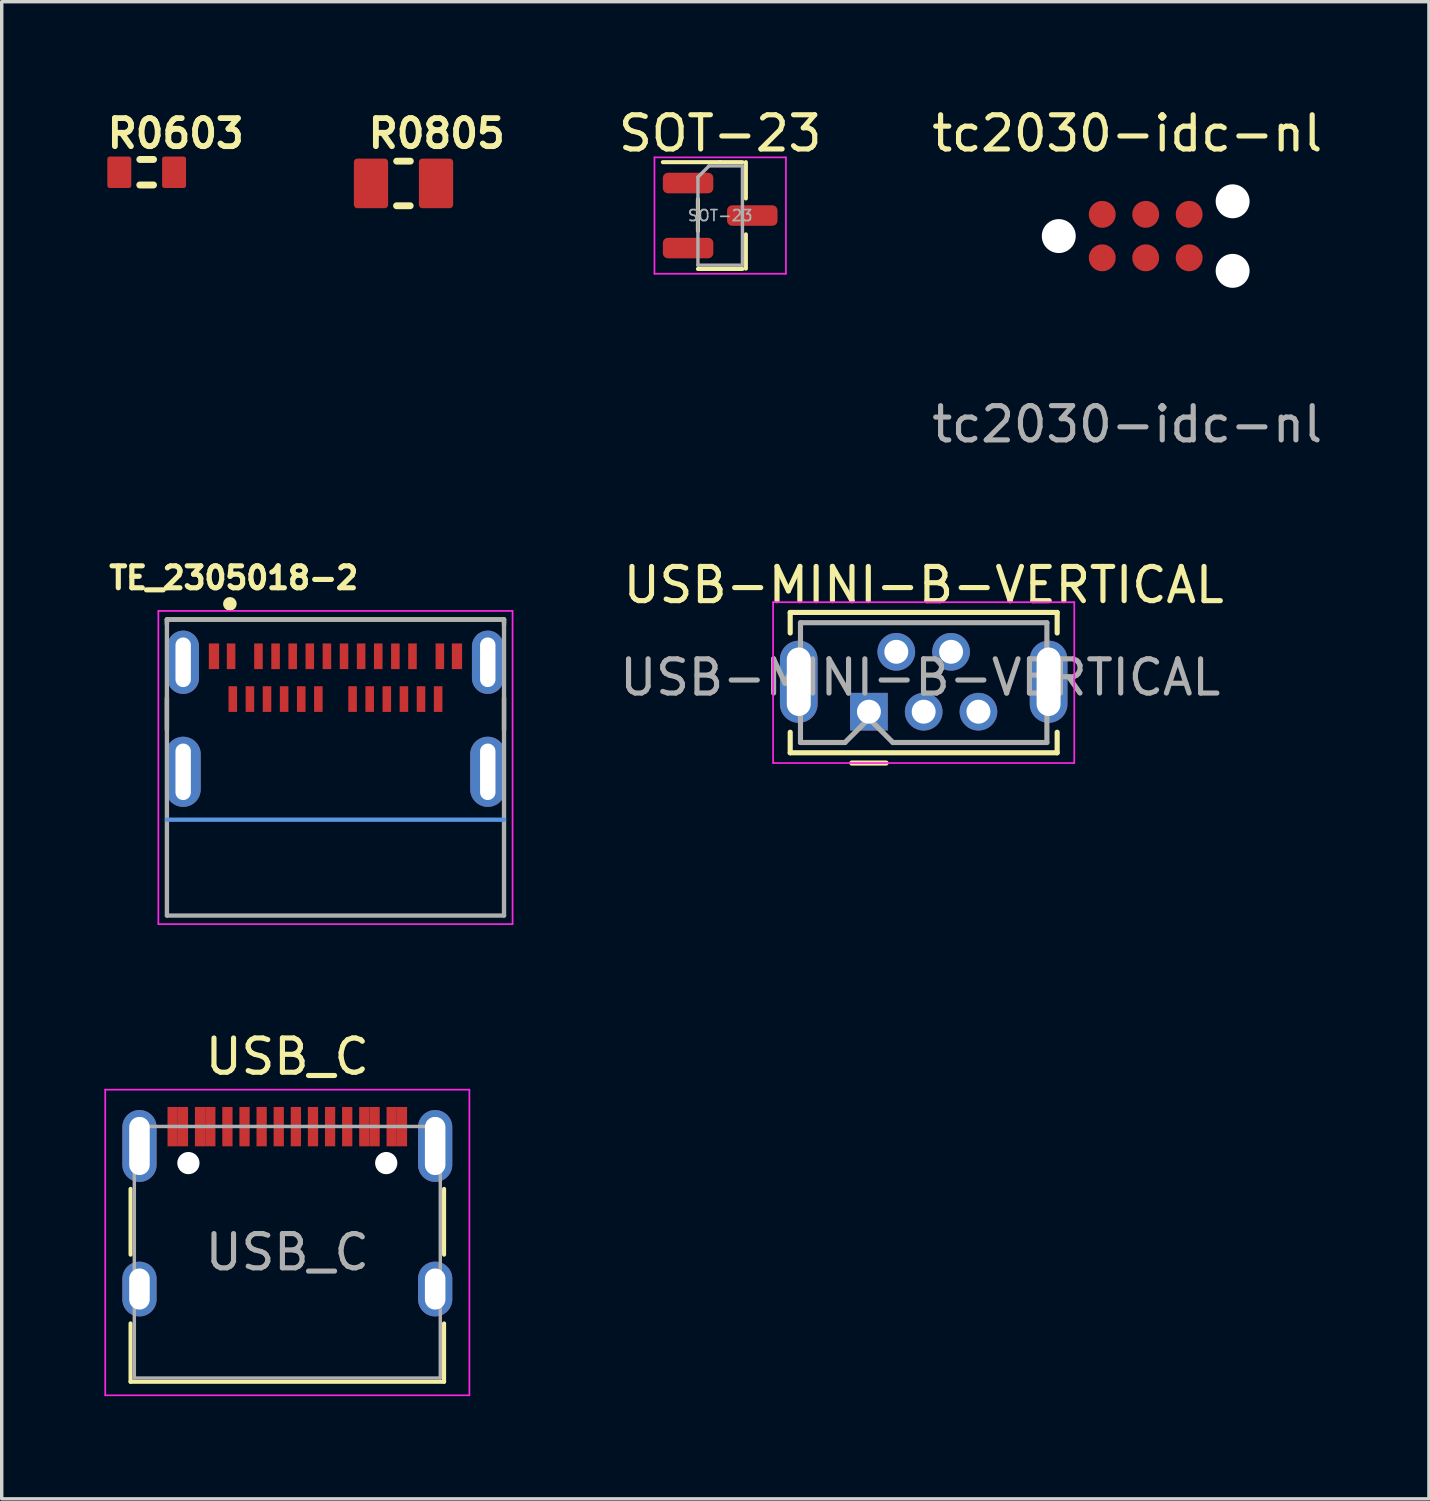
<source format=kicad_pcb>
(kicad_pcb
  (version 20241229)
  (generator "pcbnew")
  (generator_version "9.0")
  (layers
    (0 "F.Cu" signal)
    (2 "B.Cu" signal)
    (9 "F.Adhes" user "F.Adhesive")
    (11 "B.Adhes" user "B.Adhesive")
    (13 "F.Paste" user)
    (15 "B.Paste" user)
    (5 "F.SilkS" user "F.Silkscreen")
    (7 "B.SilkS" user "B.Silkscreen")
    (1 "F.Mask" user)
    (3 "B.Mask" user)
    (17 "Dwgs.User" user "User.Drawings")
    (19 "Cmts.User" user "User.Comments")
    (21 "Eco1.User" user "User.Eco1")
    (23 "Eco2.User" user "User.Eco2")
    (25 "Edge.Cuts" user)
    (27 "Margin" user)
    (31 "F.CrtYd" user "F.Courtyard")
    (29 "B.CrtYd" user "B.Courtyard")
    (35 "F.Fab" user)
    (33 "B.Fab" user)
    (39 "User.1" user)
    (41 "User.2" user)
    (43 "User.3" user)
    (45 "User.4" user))
  (footprint "USB_C"
    (layer "F.Cu")
    (at 5.345 33.539)
    (property "Reference" "USB_C" (at 0 -5.715 0) (layer "F.SilkS") (effects (font (size 1 1) (thickness 0.15))))
    (attr smd)
    (fp_line (start -4.58 -1.85) (end -4.58 0.07) (stroke (width 0.12) (type solid)) (layer "F.SilkS"))
    (fp_line (start -4.58 3.785) (end -4.58 2.08) (stroke (width 0.12) (type solid)) (layer "F.SilkS"))
    (fp_line (start 4.58 0.07) (end 4.58 -1.85) (stroke (width 0.12) (type solid)) (layer "F.SilkS"))
    (fp_line (start 4.58 2.08) (end 4.58 3.785) (stroke (width 0.12) (type solid)) (layer "F.SilkS"))
    (fp_line (start 4.58 3.785) (end -4.58 3.785) (stroke (width 0.12) (type solid)) (layer "F.SilkS"))
    (fp_line (start -5.32 -4.75) (end 5.32 -4.75) (stroke (width 0.05) (type solid)) (layer "F.CrtYd"))
    (fp_line (start -5.32 4.18) (end -5.32 -4.75) (stroke (width 0.05) (type solid)) (layer "F.CrtYd"))
    (fp_line (start 5.32 -4.75) (end 5.32 4.18) (stroke (width 0.05) (type solid)) (layer "F.CrtYd"))
    (fp_line (start 5.32 4.18) (end -5.32 4.18) (stroke (width 0.05) (type solid)) (layer "F.CrtYd"))
    (fp_line (start -4.47 -3.675) (end -4.47 3.675) (stroke (width 0.1) (type solid)) (layer "F.Fab"))
    (fp_line (start -4.47 -3.675) (end 4.47 -3.675) (stroke (width 0.1) (type solid)) (layer "F.Fab"))
    (fp_line (start -4.47 3.675) (end 4.47 3.675) (stroke (width 0.1) (type solid)) (layer "F.Fab"))
    (fp_line (start 4.47 3.675) (end 4.47 -3.675) (stroke (width 0.1) (type solid)) (layer "F.Fab"))
    (fp_text user "${REFERENCE}" (at 0 0 0) (layer "F.Fab") (effects (font (size 1 1) (thickness 0.15))))
    (pad "" np_thru_hole circle (at -2.89 -2.605) (size 0.65 0.65) (drill 0.65) (layers "*.Cu" "*.Mask"))
    (pad "" np_thru_hole circle (at 2.89 -2.605) (size 0.65 0.65) (drill 0.65) (layers "*.Cu" "*.Mask"))
    (pad "A1" smd rect (at -3.35 -3.67) (size 0.3 1.15) (layers "F.Cu" "F.Mask" "F.Paste"))
    (pad "A4" smd rect (at -2.55 -3.67) (size 0.3 1.15) (layers "F.Cu" "F.Mask" "F.Paste"))
    (pad "A5" smd rect (at -1.25 -3.67) (size 0.3 1.15) (layers "F.Cu" "F.Mask" "F.Paste"))
    (pad "A6" smd rect (at -0.25 -3.67) (size 0.3 1.15) (layers "F.Cu" "F.Mask" "F.Paste"))
    (pad "A7" smd rect (at 0.25 -3.67) (size 0.3 1.15) (layers "F.Cu" "F.Mask" "F.Paste"))
    (pad "A8" smd rect (at 1.25 -3.67) (size 0.3 1.15) (layers "F.Cu" "F.Mask" "F.Paste"))
    (pad "A9" smd rect (at 2.55 -3.67) (size 0.3 1.15) (layers "F.Cu" "F.Mask" "F.Paste"))
    (pad "A12" smd rect (at 3.35 -3.67) (size 0.3 1.15) (layers "F.Cu" "F.Mask" "F.Paste"))
    (pad "B1" smd rect (at 3.05 -3.67) (size 0.3 1.15) (layers "F.Cu" "F.Mask" "F.Paste"))
    (pad "B4" smd rect (at 2.25 -3.67) (size 0.3 1.15) (layers "F.Cu" "F.Mask" "F.Paste"))
    (pad "B5" smd rect (at 1.75 -3.67) (size 0.3 1.15) (layers "F.Cu" "F.Mask" "F.Paste"))
    (pad "B6" smd rect (at 0.75 -3.67) (size 0.3 1.15) (layers "F.Cu" "F.Mask" "F.Paste"))
    (pad "B7" smd rect (at -0.75 -3.67) (size 0.3 1.15) (layers "F.Cu" "F.Mask" "F.Paste"))
    (pad "B8" smd rect (at -1.75 -3.67) (size 0.3 1.15) (layers "F.Cu" "F.Mask" "F.Paste"))
    (pad "B9" smd rect (at -2.25 -3.67) (size 0.3 1.15) (layers "F.Cu" "F.Mask" "F.Paste"))
    (pad "B12" smd rect (at -3.05 -3.67) (size 0.3 1.15) (layers "F.Cu" "F.Mask" "F.Paste"))
    (pad "S1" thru_hole oval (at -4.32 -3.105) (size 1 2.1) (drill oval 0.6 1.7) (layers "*.Cu" "*.Mask"))
    (pad "S1" thru_hole oval (at -4.32 1.075) (size 1 1.6) (drill oval 0.6 1.2) (layers "*.Cu" "*.Mask"))
    (pad "S1" thru_hole oval (at 4.32 -3.105) (size 1 2.1) (drill oval 0.6 1.7) (layers "*.Cu" "*.Mask"))
    (pad "S1" thru_hole oval (at 4.32 1.075) (size 1 1.6) (drill oval 0.6 1.2) (layers "*.Cu" "*.Mask")))
  (footprint "R0603"
    (layer "F.Cu")
    (at 1.236 1.984)
    (property "Reference" "R0603" (at -1.236 -0.654 0) (unlocked yes) (layer "F.SilkS") (effects (font (size 0.82 0.82) (thickness 0.17)) (justify left bottom)))
    (fp_line (start -0.201 0.371) (end 0.199 0.371) (stroke (width 0.203) (type solid)) (layer "F.SilkS"))
    (fp_line (start -0.2 -0.375) (end 0.2 -0.375) (stroke (width 0.203) (type solid)) (layer "F.SilkS"))
    (pad "1" smd roundrect (at -0.8 0) (size 0.7 0.92) (layers "F.Cu" "F.Mask" "F.Paste") (roundrect_rratio 0.1))
    (pad "2" smd roundrect (at 0.8 0) (size 0.7 0.92) (layers "F.Cu" "F.Mask" "F.Paste") (roundrect_rratio 0.1)))
  (footprint "tc2030-idc-nl"
    (layer "F.Cu")
    (at 27.886 3.848)
    (property "Reference" "tc2030-idc-nl" (at 2 -3 0) (unlocked yes) (layer "F.SilkS") (effects (font (size 1 1) (thickness 0.15))))
    (attr smd)
    (fp_text user "${REFERENCE}" (at 2 5.5 0) (unlocked yes) (layer "F.Fab") (effects (font (size 1 1) (thickness 0.15))))
    (pad "" np_thru_hole circle (at 0 0) (size 0.991 0.991) (drill 0.991) (layers "*.Cu" "*.Mask"))
    (pad "" np_thru_hole circle (at 5.08 -1.016) (size 0.991 0.991) (drill 0.991) (layers "*.Cu" "*.Mask"))
    (pad "" np_thru_hole circle (at 5.08 1.016) (size 0.991 0.991) (drill 0.991) (layers "*.Cu" "*.Mask"))
    (pad "1" smd circle (at 1.27 0.635) (size 0.787 0.787) (layers "F.Cu" "F.Mask" "F.Paste"))
    (pad "2" smd circle (at 1.27 -0.635) (size 0.787 0.787) (layers "F.Cu" "F.Mask" "F.Paste"))
    (pad "3" smd circle (at 2.54 0.635) (size 0.787 0.787) (layers "F.Cu" "F.Mask" "F.Paste"))
    (pad "4" smd circle (at 2.54 -0.635) (size 0.787 0.787) (layers "F.Cu" "F.Mask" "F.Paste"))
    (pad "5" smd circle (at 3.81 0.635) (size 0.787 0.787) (layers "F.Cu" "F.Mask" "F.Paste"))
    (pad "6" smd circle (at 3.81 -0.635) (size 0.787 0.787) (layers "F.Cu" "F.Mask" "F.Paste")))
  (footprint "R0805"
    (layer "F.Cu")
    (at 8.74 2.309)
    (property "Reference" "R0805" (at -1.114 -0.979 0) (unlocked yes) (layer "F.SilkS") (effects (font (size 0.82 0.82) (thickness 0.17)) (justify left bottom)))
    (attr smd)
    (fp_line (start -0.204 0.653) (end 0.196 0.653) (stroke (width 0.2) (type solid)) (layer "F.SilkS"))
    (fp_line (start -0.2 -0.65) (end 0.2 -0.65) (stroke (width 0.2) (type solid)) (layer "F.SilkS"))
    (pad "1" smd roundrect (at -0.95 0) (size 1 1.45) (layers "F.Cu" "F.Mask" "F.Paste") (roundrect_rratio 0.1))
    (pad "2" smd roundrect (at 0.95 0) (size 1 1.45) (layers "F.Cu" "F.Mask" "F.Paste") (roundrect_rratio 0.1)))
  (footprint "TE_2305018-2"
    (layer "F.Cu")
    (at 6.752 19.501)
    (property "Reference" "TE_2305018-2" (at -2.973 -5.666 0) (layer "F.SilkS") (effects (font (size 0.641 0.641) (thickness 0.15))))
    (attr smd)
    (fp_line (start -4.925 -4.45) (end 4.925 -4.45) (stroke (width 0.127) (type solid)) (layer "F.SilkS"))
    (fp_line (start -4.925 -4.309) (end -4.925 -4.45) (stroke (width 0.127) (type solid)) (layer "F.SilkS"))
    (fp_line (start -4.925 -1.231) (end -4.925 -2.155) (stroke (width 0.127) (type solid)) (layer "F.SilkS"))
    (fp_line (start 4.925 -4.309) (end 4.925 -4.45) (stroke (width 0.127) (type solid)) (layer "F.SilkS"))
    (fp_line (start 4.925 -1.231) (end 4.925 -2.155) (stroke (width 0.127) (type solid)) (layer "F.SilkS"))
    (fp_circle (center -3.085 -4.907) (end -2.985 -4.907) (stroke (width 0.2) (type solid)) (fill no) (layer "F.SilkS"))
    (fp_line (start 4.925 1.4) (end -4.925 1.4) (stroke (width 0.127) (type solid)) (layer "Cmts.User"))
    (fp_line (start -5.175 -4.7) (end 5.175 -4.7) (stroke (width 0.05) (type solid)) (layer "F.CrtYd"))
    (fp_line (start -5.175 4.45) (end -5.175 -4.7) (stroke (width 0.05) (type solid)) (layer "F.CrtYd"))
    (fp_line (start 5.175 -4.7) (end 5.175 4.45) (stroke (width 0.05) (type solid)) (layer "F.CrtYd"))
    (fp_line (start 5.175 4.45) (end -5.175 4.45) (stroke (width 0.05) (type solid)) (layer "F.CrtYd"))
    (fp_line (start -4.925 -4.45) (end 4.925 -4.45) (stroke (width 0.127) (type solid)) (layer "F.Fab"))
    (fp_line (start -4.925 4.2) (end -4.925 -4.45) (stroke (width 0.127) (type solid)) (layer "F.Fab"))
    (fp_line (start -4.925 4.2) (end 4.925 4.2) (stroke (width 0.127) (type solid)) (layer "F.Fab"))
    (fp_line (start 4.925 -4.45) (end 4.925 4.2) (stroke (width 0.127) (type solid)) (layer "F.Fab"))
    (pad "A1" smd rect (at -3.05 -3.375) (size 0.25 0.75) (layers "F.Cu" "F.Mask" "F.Paste"))
    (pad "A2" smd rect (at -2.25 -3.375) (size 0.25 0.75) (layers "F.Cu" "F.Mask" "F.Paste"))
    (pad "A3" smd rect (at -1.75 -3.375) (size 0.25 0.75) (layers "F.Cu" "F.Mask" "F.Paste"))
    (pad "A4" smd rect (at -1.25 -3.375) (size 0.25 0.75) (layers "F.Cu" "F.Mask" "F.Paste"))
    (pad "A5" smd rect (at -0.75 -3.375) (size 0.25 0.75) (layers "F.Cu" "F.Mask" "F.Paste"))
    (pad "A6" smd rect (at -0.25 -3.375) (size 0.25 0.75) (layers "F.Cu" "F.Mask" "F.Paste"))
    (pad "A7" smd rect (at 0.25 -3.375) (size 0.25 0.75) (layers "F.Cu" "F.Mask" "F.Paste"))
    (pad "A8" smd rect (at 0.75 -3.375) (size 0.25 0.75) (layers "F.Cu" "F.Mask" "F.Paste"))
    (pad "A9" smd rect (at 1.25 -3.375) (size 0.25 0.75) (layers "F.Cu" "F.Mask" "F.Paste"))
    (pad "A10" smd rect (at 1.75 -3.375) (size 0.25 0.75) (layers "F.Cu" "F.Mask" "F.Paste"))
    (pad "A11" smd rect (at 2.25 -3.375) (size 0.25 0.75) (layers "F.Cu" "F.Mask" "F.Paste"))
    (pad "A12" smd rect (at 3.05 -3.375) (size 0.25 0.75) (layers "F.Cu" "F.Mask" "F.Paste"))
    (pad "B1" smd rect (at 3 -2.125) (size 0.25 0.75) (layers "F.Cu" "F.Mask" "F.Paste"))
    (pad "B2" smd rect (at 2.5 -2.125) (size 0.25 0.75) (layers "F.Cu" "F.Mask" "F.Paste"))
    (pad "B3" smd rect (at 2 -2.125) (size 0.25 0.75) (layers "F.Cu" "F.Mask" "F.Paste"))
    (pad "B4" smd rect (at 1.5 -2.125) (size 0.25 0.75) (layers "F.Cu" "F.Mask" "F.Paste"))
    (pad "B5" smd rect (at 1 -2.125) (size 0.25 0.75) (layers "F.Cu" "F.Mask" "F.Paste"))
    (pad "B6" smd rect (at 0.5 -2.125) (size 0.25 0.75) (layers "F.Cu" "F.Mask" "F.Paste"))
    (pad "B7" smd rect (at -0.5 -2.125) (size 0.25 0.75) (layers "F.Cu" "F.Mask" "F.Paste"))
    (pad "B8" smd rect (at -1 -2.125) (size 0.25 0.75) (layers "F.Cu" "F.Mask" "F.Paste"))
    (pad "B9" smd rect (at -1.5 -2.125) (size 0.25 0.75) (layers "F.Cu" "F.Mask" "F.Paste"))
    (pad "B10" smd rect (at -2 -2.125) (size 0.25 0.75) (layers "F.Cu" "F.Mask" "F.Paste"))
    (pad "B11" smd rect (at -2.5 -2.125) (size 0.25 0.75) (layers "F.Cu" "F.Mask" "F.Paste"))
    (pad "B12" smd rect (at -3 -2.125) (size 0.25 0.75) (layers "F.Cu" "F.Mask" "F.Paste"))
    (pad "G1" smd rect (at -3.55 -3.375) (size 0.3 0.75) (layers "F.Cu" "F.Mask" "F.Paste"))
    (pad "G2" smd rect (at 3.55 -3.375) (size 0.3 0.75) (layers "F.Cu" "F.Mask" "F.Paste"))
    (pad "S1" thru_hole oval (at -4.45 0) (size 1.025 2.05) (drill oval 0.45 1.65) (layers "*.Cu" "*.Mask"))
    (pad "S2" thru_hole oval (at 4.45 0) (size 1.025 2.05) (drill oval 0.45 1.65) (layers "*.Cu" "*.Mask"))
    (pad "S3" thru_hole oval (at -4.45 -3.2) (size 0.925 1.85) (drill oval 0.45 1.45) (layers "*.Cu" "*.Mask"))
    (pad "S4" thru_hole oval (at 4.45 -3.2) (size 0.925 1.85) (drill oval 0.45 1.45) (layers "*.Cu" "*.Mask")))
  (footprint "SOT-23"
    (layer "F.Cu")
    (at 17.993 3.248)
    (property "Reference" "SOT-23" (at 0 -2.4 0) (layer "F.SilkS") (effects (font (size 1 1) (thickness 0.15))))
    (attr smd)
    (fp_line (start -0.65 0.45) (end -0.65 -0.475) (stroke (width 0.12) (type solid)) (layer "F.SilkS"))
    (fp_line (start 0 -1.56) (end -1.675 -1.56) (stroke (width 0.12) (type solid)) (layer "F.SilkS"))
    (fp_line (start 0 -1.56) (end 0.65 -1.56) (stroke (width 0.12) (type solid)) (layer "F.SilkS"))
    (fp_line (start 0 1.56) (end -0.65 1.56) (stroke (width 0.12) (type solid)) (layer "F.SilkS"))
    (fp_line (start 0 1.56) (end 0.65 1.56) (stroke (width 0.12) (type solid)) (layer "F.SilkS"))
    (fp_line (start 0.75 -0.5) (end 0.75 -1.56) (stroke (width 0.12) (type solid)) (layer "F.SilkS"))
    (fp_line (start 0.75 1.55) (end 0.75 0.55) (stroke (width 0.12) (type solid)) (layer "F.SilkS"))
    (fp_line (start -1.92 -1.7) (end -1.92 1.7) (stroke (width 0.05) (type solid)) (layer "F.CrtYd"))
    (fp_line (start -1.92 1.7) (end 1.92 1.7) (stroke (width 0.05) (type solid)) (layer "F.CrtYd"))
    (fp_line (start 1.92 -1.7) (end -1.92 -1.7) (stroke (width 0.05) (type solid)) (layer "F.CrtYd"))
    (fp_line (start 1.92 1.7) (end 1.92 -1.7) (stroke (width 0.05) (type solid)) (layer "F.CrtYd"))
    (fp_line (start -0.65 -1.125) (end -0.325 -1.45) (stroke (width 0.1) (type solid)) (layer "F.Fab"))
    (fp_line (start -0.65 1.45) (end -0.65 -1.125) (stroke (width 0.1) (type solid)) (layer "F.Fab"))
    (fp_line (start -0.325 -1.45) (end 0.65 -1.45) (stroke (width 0.1) (type solid)) (layer "F.Fab"))
    (fp_line (start 0.65 -1.45) (end 0.65 1.45) (stroke (width 0.1) (type solid)) (layer "F.Fab"))
    (fp_line (start 0.65 1.45) (end -0.65 1.45) (stroke (width 0.1) (type solid)) (layer "F.Fab"))
    (fp_text user "${REFERENCE}" (at 0 0 0) (layer "F.Fab") (effects (font (size 0.32 0.32) (thickness 0.05))))
    (pad "1" smd roundrect (at -0.938 -0.95) (size 1.475 0.6) (layers "F.Cu" "F.Mask" "F.Paste") (roundrect_rratio 0.25))
    (pad "2" smd roundrect (at 0.938 0) (size 1.475 0.6) (layers "F.Cu" "F.Mask" "F.Paste") (roundrect_rratio 0.25))
    (pad "3" smd roundrect (at -0.938 0.95) (size 1.475 0.6) (layers "F.Cu" "F.Mask" "F.Paste") (roundrect_rratio 0.25)))
  (footprint "USB-MINI-B-VERTICAL"
    (layer "F.Cu")
    (at 23.939 16.87)
    (property "Reference" "USB-MINI-B-VERTICAL" (at 0 -2.825 0) (layer "F.SilkS") (effects (font (size 1 1) (thickness 0.15))))
    (attr through_hole)
    (fp_line (start -3.9 -2.025) (end 3.9 -2.025) (stroke (width 0.15) (type solid)) (layer "F.SilkS"))
    (fp_line (start -3.9 -1.425) (end -3.9 -2.025) (stroke (width 0.15) (type solid)) (layer "F.SilkS"))
    (fp_line (start -3.9 1.475) (end -3.9 2.075) (stroke (width 0.15) (type solid)) (layer "F.SilkS"))
    (fp_line (start -3.9 2.075) (end 3.9 2.075) (stroke (width 0.15) (type solid)) (layer "F.SilkS"))
    (fp_line (start -2.1 2.375) (end -1.1 2.375) (stroke (width 0.15) (type solid)) (layer "F.SilkS"))
    (fp_line (start 3.9 -2.025) (end 3.9 -1.425) (stroke (width 0.15) (type solid)) (layer "F.SilkS"))
    (fp_line (start 3.9 2.075) (end 3.9 1.475) (stroke (width 0.15) (type solid)) (layer "F.SilkS"))
    (fp_line (start -4.4 -2.325) (end -4.4 2.375) (stroke (width 0.05) (type solid)) (layer "F.CrtYd"))
    (fp_line (start -4.4 2.375) (end 4.4 2.375) (stroke (width 0.05) (type solid)) (layer "F.CrtYd"))
    (fp_line (start 4.4 -2.325) (end -4.4 -2.325) (stroke (width 0.05) (type solid)) (layer "F.CrtYd"))
    (fp_line (start 4.4 2.375) (end 4.4 -2.325) (stroke (width 0.05) (type solid)) (layer "F.CrtYd"))
    (fp_line (start -3.6 1.775) (end -3.6 -1.725) (stroke (width 0.15) (type solid)) (layer "F.Fab"))
    (fp_line (start -3.6 1.775) (end -2.3 1.775) (stroke (width 0.15) (type solid)) (layer "F.Fab"))
    (fp_line (start -2.3 1.775) (end -1.6 1.075) (stroke (width 0.15) (type solid)) (layer "F.Fab"))
    (fp_line (start -1.6 1.075) (end -0.9 1.775) (stroke (width 0.15) (type solid)) (layer "F.Fab"))
    (fp_line (start -0.9 1.775) (end 3.6 1.775) (stroke (width 0.15) (type solid)) (layer "F.Fab"))
    (fp_line (start 3.6 -1.725) (end -3.6 -1.725) (stroke (width 0.15) (type solid)) (layer "F.Fab"))
    (fp_line (start 3.6 -1.725) (end 3.6 1.775) (stroke (width 0.15) (type solid)) (layer "F.Fab"))
    (fp_text user "${REFERENCE}" (at -0.1 -0.125 0) (layer "F.Fab") (effects (font (size 1 1) (thickness 0.15))))
    (pad "1" thru_hole rect (at -1.6 0.875) (size 1.1 1.1) (drill 0.7) (layers "*.Cu" "*.Mask"))
    (pad "2" thru_hole circle (at -0.8 -0.875) (size 1.1 1.1) (drill 0.7) (layers "*.Cu" "*.Mask"))
    (pad "3" thru_hole circle (at 0 0.875) (size 1.1 1.1) (drill 0.7) (layers "*.Cu" "*.Mask"))
    (pad "4" thru_hole circle (at 0.8 -0.875) (size 1.1 1.1) (drill 0.7) (layers "*.Cu" "*.Mask"))
    (pad "5" thru_hole circle (at 1.6 0.875) (size 1.1 1.1) (drill 0.7) (layers "*.Cu" "*.Mask"))
    (pad "6" thru_hole oval (at -3.65 0) (size 1.1 2.4) (drill oval 0.7 2) (layers "*.Cu" "*.Mask"))
    (pad "6" thru_hole oval (at 3.65 0) (size 1.1 2.4) (drill oval 0.7 2) (layers "*.Cu" "*.Mask")))
  (gr_rect
    (start -3 -3)
    (end 38.702 40.744)
    (stroke (width 0.1) (type default))
    (fill no)
    (layer "Edge.Cuts")))
</source>
